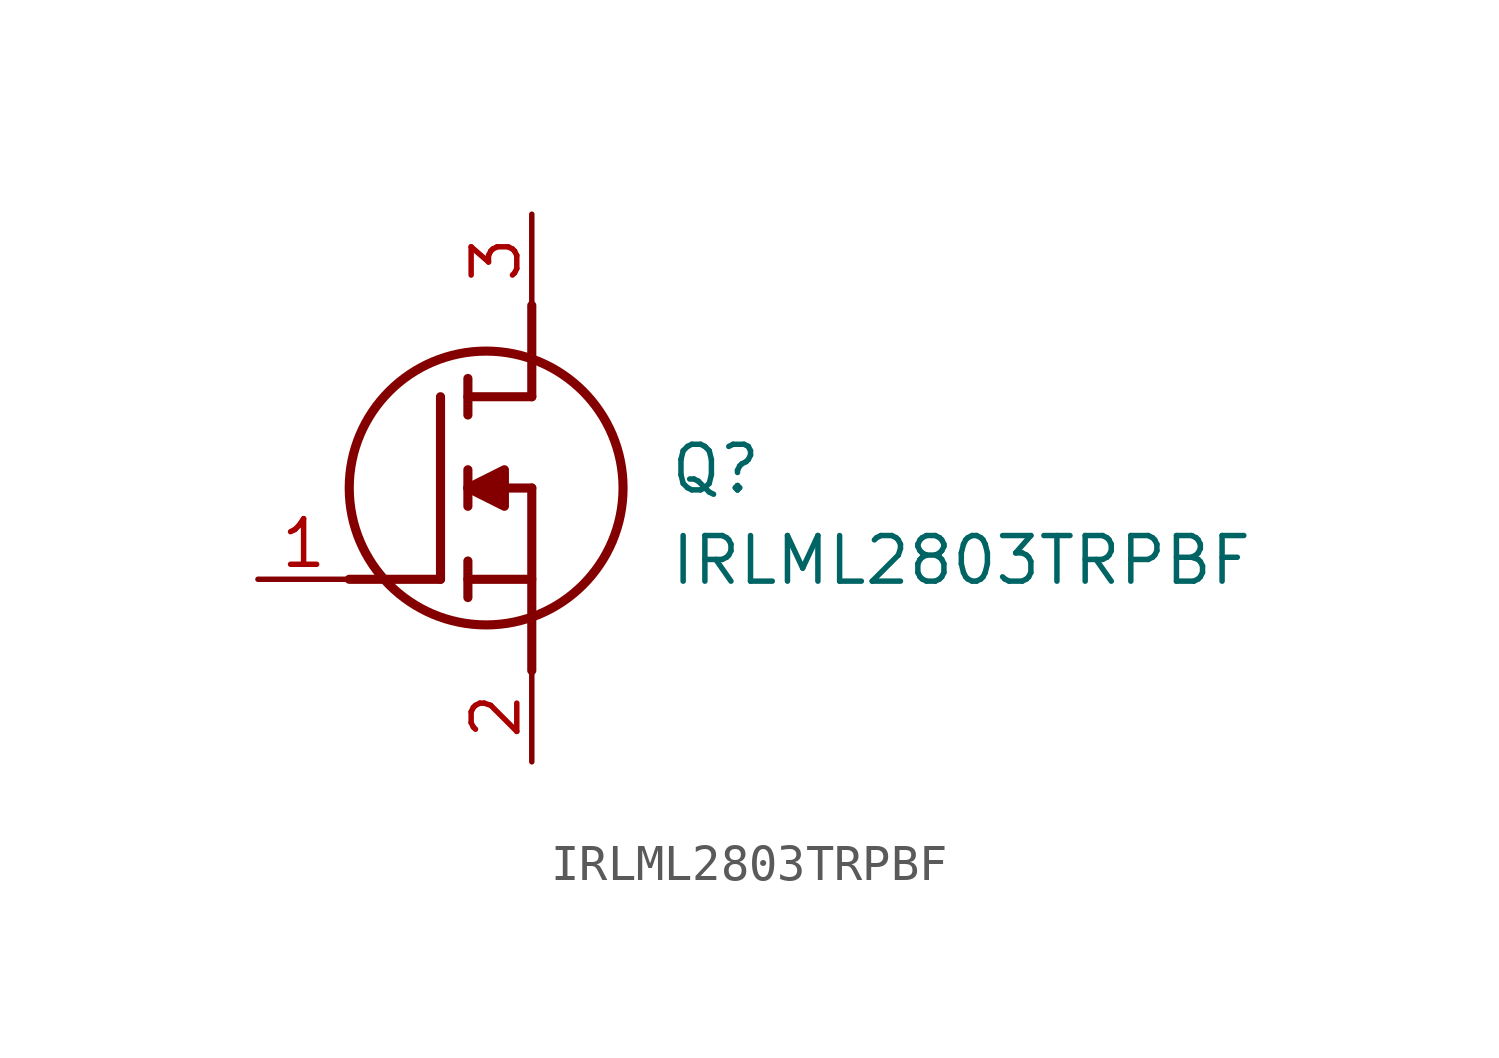
<source format=kicad_sym>
(kicad_symbol_lib
  (version 20211014)
  (generator SamacSys_ECAD_Model)
  (symbol "IRLML2803TRPBF"
    (pin_names hide)
    (property "Reference" "Q"
      (at 11.43 3.81 0)
      (effects (font (size 1.27 1.27)) (justify left top)))
    (property "Value" "IRLML2803TRPBF"
      (at 11.43 1.27 0)
      (effects (font (size 1.27 1.27)) (justify left top)))
    (polyline
      (pts (xy 7.62 2.54) (xy 7.62 -2.54))
      (stroke (width 0.254) (type default))
      (fill (type none)))
    (polyline
      (pts (xy 7.62 5.08) (xy 7.62 7.62))
      (stroke (width 0.254) (type default))
      (fill (type none)))
    (polyline
      (pts (xy 2.54 0) (xy 5.08 0))
      (stroke (width 0.254) (type default))
      (fill (type none)))
    (polyline
      (pts (xy 5.08 5.08) (xy 5.08 0))
      (stroke (width 0.254) (type default))
      (fill (type none)))
    (polyline
      (pts (xy 7.62 2.54) (xy 5.842 2.54))
      (stroke (width 0.254) (type default))
      (fill (type none)))
    (polyline
      (pts (xy 7.62 5.08) (xy 5.842 5.08))
      (stroke (width 0.254) (type default))
      (fill (type none)))
    (polyline
      (pts (xy 5.842 0) (xy 7.62 0))
      (stroke (width 0.254) (type default))
      (fill (type none)))
    (polyline
      (pts (xy 5.842 5.588) (xy 5.842 4.572))
      (stroke (width 0.254) (type default))
      (fill (type none)))
    (polyline
      (pts (xy 5.842 -0.508) (xy 5.842 0.508))
      (stroke (width 0.254) (type default))
      (fill (type none)))
    (polyline
      (pts (xy 5.842 2.032) (xy 5.842 3.048))
      (stroke (width 0.254) (type default))
      (fill (type none)))
    (circle
      (center 6.35 2.54)
      (radius 3.81)
      (stroke (width 0.254) (type default))
      (fill (type none)))
    (polyline
      (pts (xy 5.842 2.54) (xy 6.858 3.048) (xy 6.858 2.032) (xy 5.842 2.54))
      (stroke (width 0.254) (type default))
      (fill (type outline)))
    (pin passive line
      (at 0 0 0)
      (length 2.54)
      (name "G" (effects (font (size 1.27 1.27))))
      (number "1" (effects (font (size 1.27 1.27)))))
    (pin passive line
      (at 7.62 10.16 270)
      (length 2.54)
      (name "D" (effects (font (size 1.27 1.27))))
      (number "3" (effects (font (size 1.27 1.27)))))
    (pin passive line
      (at 7.62 -5.08 90)
      (length 2.54)
      (name "S" (effects (font (size 1.27 1.27))))
      (number "2" (effects (font (size 1.27 1.27)))))))
</source>
